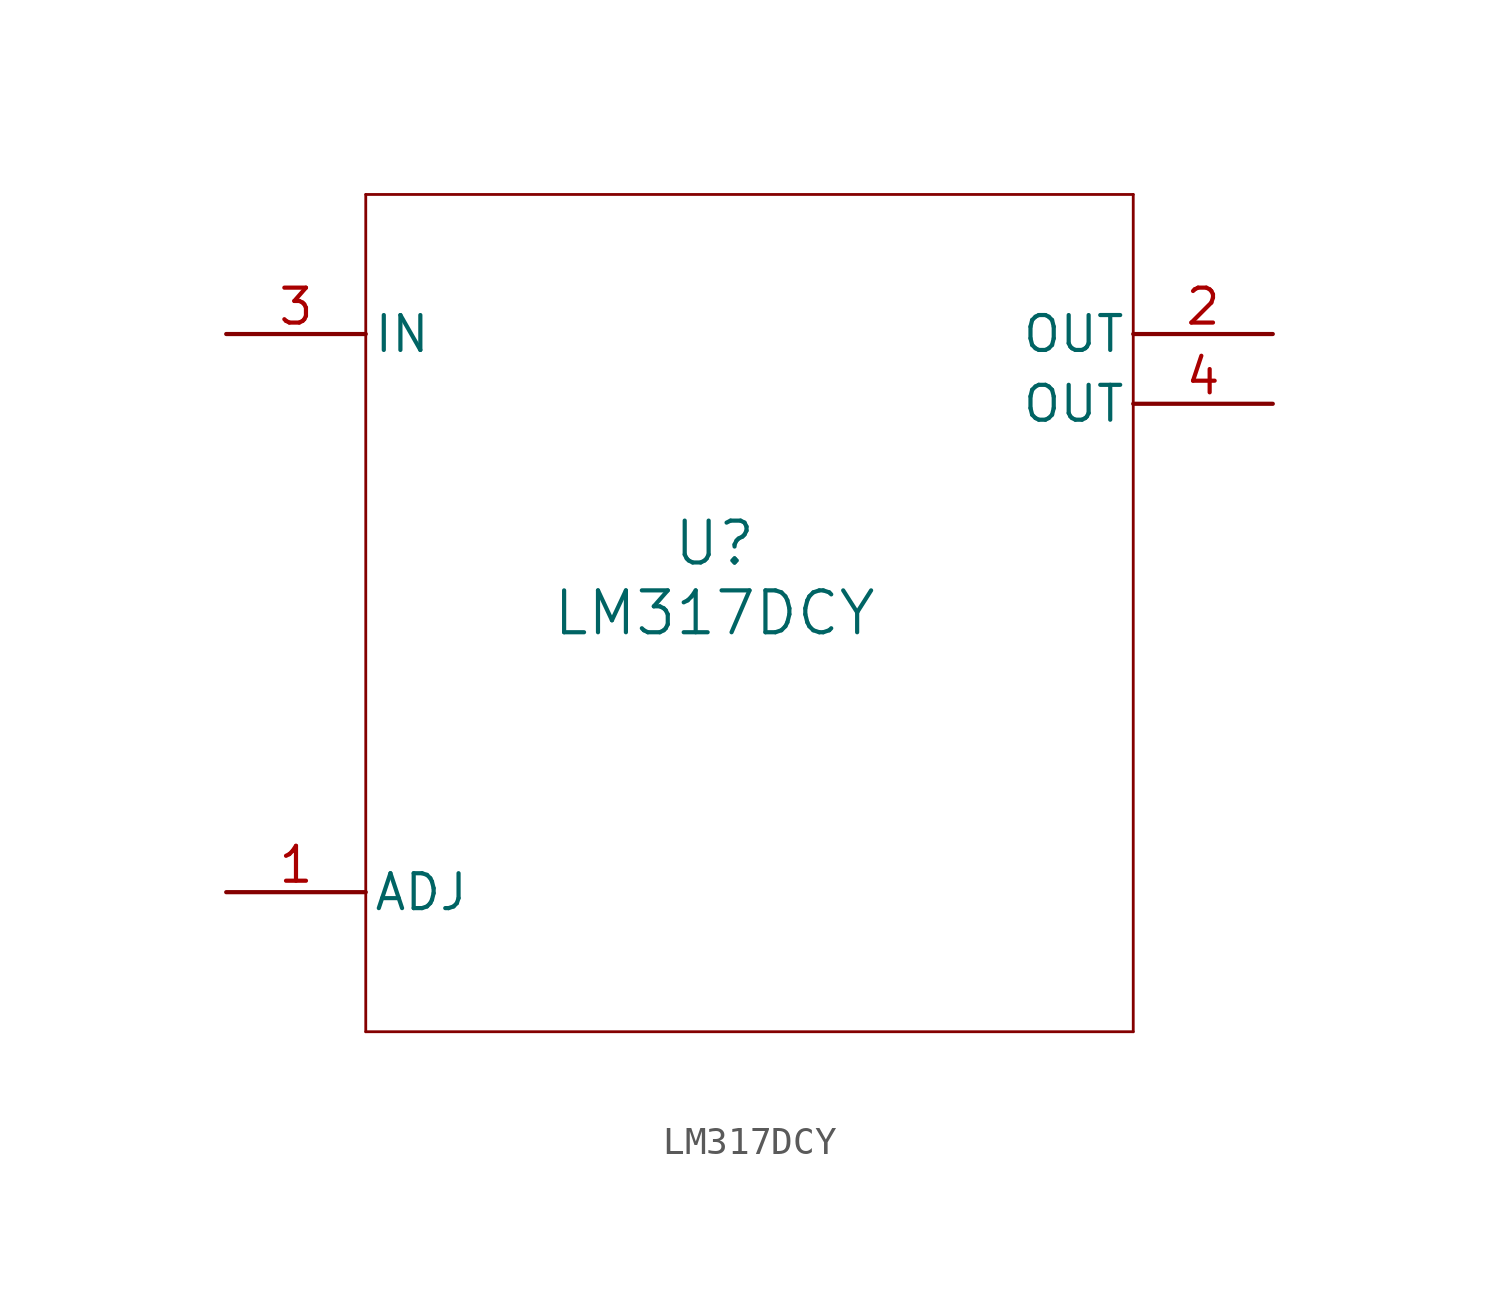
<source format=kicad_sym>
(kicad_symbol_lib
  (version 20211014)
  (generator kicad_symbol_editor)
  (symbol "LM317DCY"
    (pin_names
      (offset 0.254))
    (property "Reference" "U"
      (at 0 2.54 0)
      (effects (font (size 1.524 1.524))))
    (property "Value" "LM317DCY"
      (at 0 0 0)
      (effects (font (size 1.524 1.524))))
    (symbol "LM317DCY_0_1"
      (polyline (pts (xy -12.7 -15.24) (xy 15.24 -15.24)) (stroke (width 0.102) (type default) (color 0 0 0 0)) (fill (type none)))
      (polyline (pts (xy 15.24 -15.24) (xy 15.24 15.24)) (stroke (width 0.102) (type default) (color 0 0 0 0)) (fill (type none)))
      (polyline (pts (xy 15.24 15.24) (xy -12.7 15.24)) (stroke (width 0.102) (type default) (color 0 0 0 0)) (fill (type none)))
      (polyline (pts (xy -12.7 15.24) (xy -12.7 -15.24)) (stroke (width 0.102) (type default) (color 0 0 0 0)) (fill (type none)))
      (pin input line (at -17.78 -10.16 0) (length 5.08) (name "ADJ" (effects (font (size 1.27 1.27)))) (number "1" (effects (font (size 1.27 1.27)))))
      (pin power_in line (at 20.32 10.16 180) (length 5.08) (name "OUT" (effects (font (size 1.27 1.27)))) (number "2" (effects (font (size 1.27 1.27)))))
      (pin power_in line (at -17.78 10.16 0) (length 5.08) (name "IN" (effects (font (size 1.27 1.27)))) (number "3" (effects (font (size 1.27 1.27)))))
      (pin power_in line (at 20.32 7.62 180) (length 5.08) (name "OUT" (effects (font (size 1.27 1.27)))) (number "4" (effects (font (size 1.27 1.27))))))))
</source>
